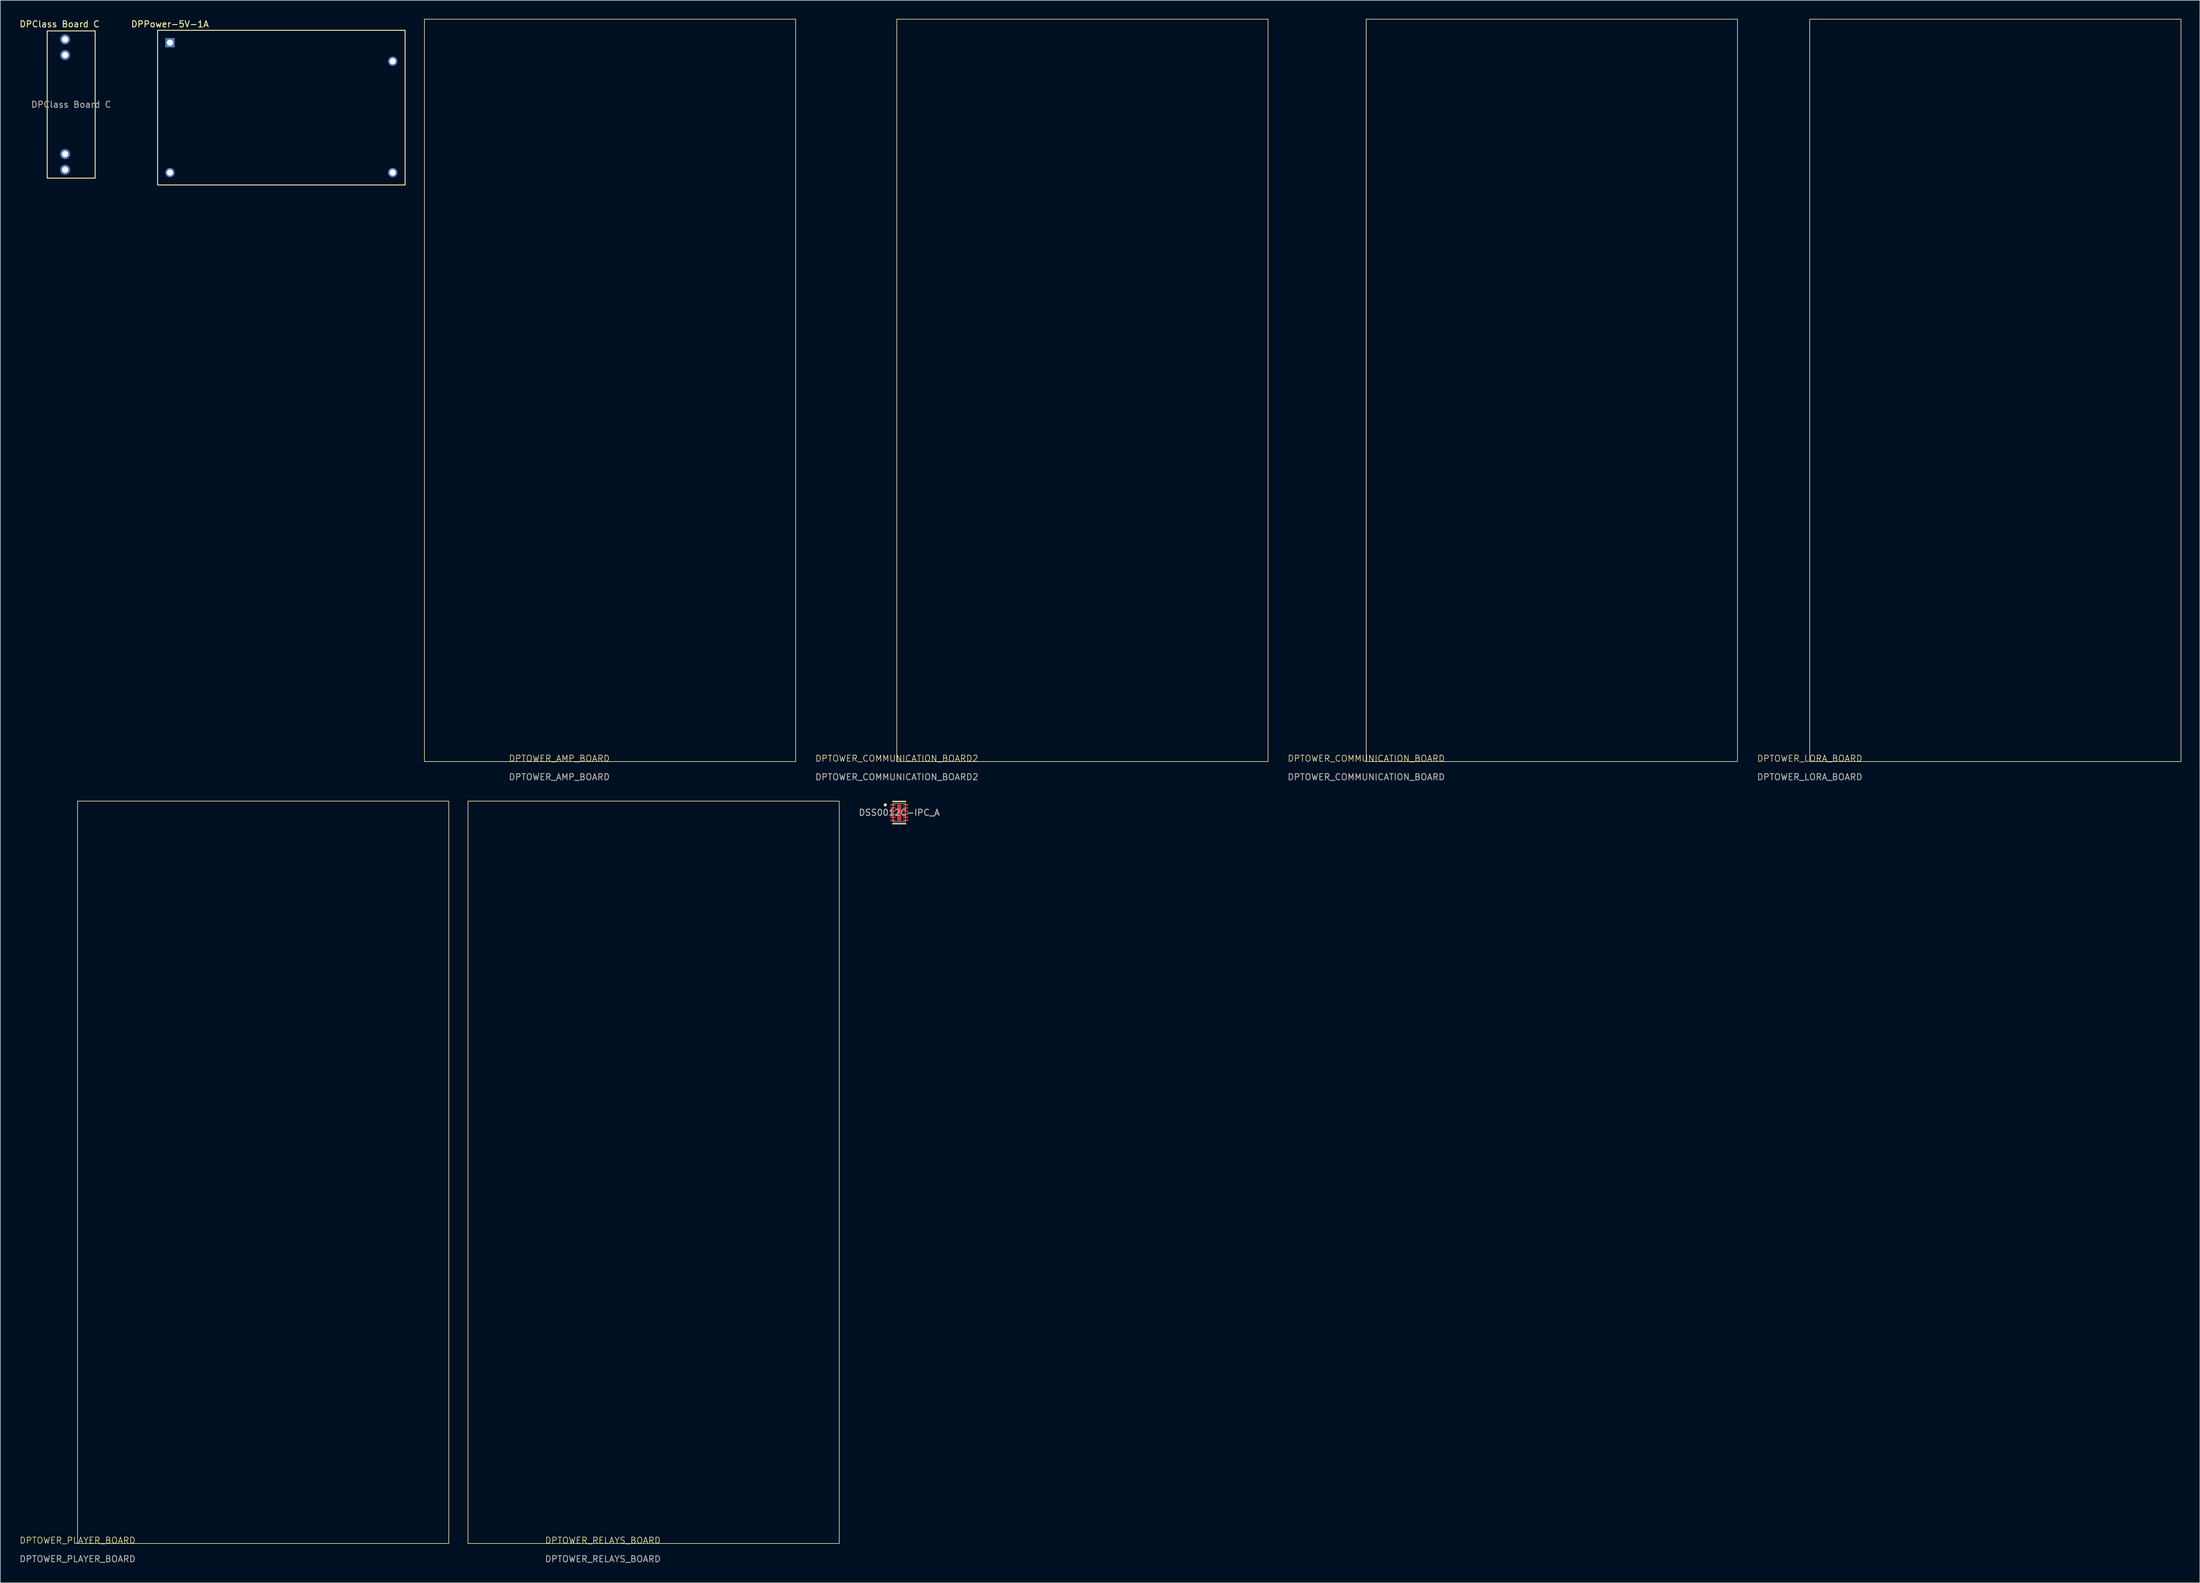
<source format=kicad_pcb>
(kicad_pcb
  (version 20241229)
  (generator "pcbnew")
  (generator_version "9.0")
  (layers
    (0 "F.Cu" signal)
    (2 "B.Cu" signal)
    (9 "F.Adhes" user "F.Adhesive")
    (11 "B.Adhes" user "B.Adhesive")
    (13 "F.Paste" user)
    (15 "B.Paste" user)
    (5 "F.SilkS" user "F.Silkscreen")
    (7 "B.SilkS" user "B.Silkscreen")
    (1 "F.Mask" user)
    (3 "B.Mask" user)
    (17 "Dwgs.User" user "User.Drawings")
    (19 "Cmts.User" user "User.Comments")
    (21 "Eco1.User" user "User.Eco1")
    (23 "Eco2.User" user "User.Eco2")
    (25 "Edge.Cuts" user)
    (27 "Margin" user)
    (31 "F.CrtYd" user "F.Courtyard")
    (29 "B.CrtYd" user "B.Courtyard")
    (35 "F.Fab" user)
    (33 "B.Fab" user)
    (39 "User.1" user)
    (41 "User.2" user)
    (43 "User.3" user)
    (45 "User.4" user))
  (footprint "DPTOWER_COMMUNICATION_BOARD2"
    (layer "F.Cu")
    (at 141.883 120.05)
    (property "Reference" "DPTOWER_COMMUNICATION_BOARD2" (at 0 -0.5 0) (unlocked yes) (layer "F.SilkS") (effects (font (size 1 1) (thickness 0.1))))
    (fp_rect (start 0 -120) (end 60 0) (stroke (width 0.1) (type default)) (fill no) (layer "F.SilkS"))
    (fp_text user "${REFERENCE}" (at 0 2.5 0) (unlocked yes) (layer "F.Fab") (effects (font (size 1 1) (thickness 0.15)))))
  (footprint "DSS0012C-IPC_A"
    (layer "F.Cu")
    (at 142.281 128.298)
    (property "Reference" "DSS0012C-IPC_A" (at 0 0 0) (unlocked yes) (layer "F.SilkS") (effects (font (size 1 1) (thickness 0.15))))
    (attr smd)
    (fp_line (start -1.05 -1.8) (end 1.05 -1.8) (stroke (width 0.2) (type solid)) (layer "F.SilkS"))
    (fp_line (start -1.05 1.8) (end 1.05 1.8) (stroke (width 0.2) (type solid)) (layer "F.SilkS"))
    (fp_circle (center -2.256 -1.25) (end -2.131 -1.25) (stroke (width 0.25) (type solid)) (fill no) (layer "F.SilkS"))
    (fp_line (start -1 -1.5) (end 1 -1.5) (stroke (width 0.1) (type solid)) (layer "F.Fab"))
    (fp_line (start -1 1.5) (end -1 -1.5) (stroke (width 0.1) (type solid)) (layer "F.Fab"))
    (fp_line (start -1 1.5) (end 1 1.5) (stroke (width 0.1) (type solid)) (layer "F.Fab"))
    (fp_line (start 1 1.5) (end 1 -1.5) (stroke (width 0.1) (type solid)) (layer "F.Fab"))
    (fp_text user "${REFERENCE}" (at 0 0 0) (unlocked yes) (layer "F.Fab") (effects (font (size 1 1) (thickness 0.15))))
    (pad "1" smd rect (at -1.026 -1.25) (size 0.861 0.242) (layers "F.Cu" "F.Mask" "F.Paste"))
    (pad "2" smd rect (at -1.026 -0.75) (size 0.861 0.242) (layers "F.Cu" "F.Mask" "F.Paste"))
    (pad "3" smd rect (at -1.026 -0.25) (size 0.861 0.242) (layers "F.Cu" "F.Mask" "F.Paste"))
    (pad "4" smd rect (at -1.026 0.25) (size 0.861 0.242) (layers "F.Cu" "F.Mask" "F.Paste"))
    (pad "5" smd rect (at -1.026 0.75) (size 0.861 0.242) (layers "F.Cu" "F.Mask" "F.Paste"))
    (pad "6" smd rect (at -1.026 1.25) (size 0.861 0.242) (layers "F.Cu" "F.Mask" "F.Paste"))
    (pad "7" smd rect (at 1.026 1.25) (size 0.861 0.242) (layers "F.Cu" "F.Mask" "F.Paste"))
    (pad "8" smd rect (at 1.026 0.75) (size 0.861 0.242) (layers "F.Cu" "F.Mask" "F.Paste"))
    (pad "9" smd rect (at 1.026 0.25) (size 0.861 0.242) (layers "F.Cu" "F.Mask" "F.Paste"))
    (pad "10" smd rect (at 1.026 -0.25) (size 0.861 0.242) (layers "F.Cu" "F.Mask" "F.Paste"))
    (pad "11" smd rect (at 1.026 -0.75) (size 0.861 0.242) (layers "F.Cu" "F.Mask" "F.Paste"))
    (pad "12" smd rect (at 1.026 -1.25) (size 0.861 0.242) (layers "F.Cu" "F.Mask" "F.Paste"))
    (pad "13" smd rect (at 0 0) (size 0.7 2.75) (layers "F.Cu" "F.Mask")))
  (footprint "DPTOWER_RELAYS_BOARD"
    (layer "F.Cu")
    (at 94.382 246.448)
    (property "Reference" "DPTOWER_RELAYS_BOARD" (at 0 -0.5 0) (unlocked yes) (layer "F.SilkS") (effects (font (size 1 1) (thickness 0.1))))
    (fp_rect (start -21.8 -120) (end 38.2 0) (stroke (width 0.1) (type default)) (fill no) (layer "F.SilkS"))
    (fp_text user "${REFERENCE}" (at 0 2.5 0) (unlocked yes) (layer "F.Fab") (effects (font (size 1 1) (thickness 0.15)))))
  (footprint "DPTOWER_LORA_BOARD"
    (layer "F.Cu")
    (at 289.424 120.05)
    (property "Reference" "DPTOWER_LORA_BOARD" (at 0 -0.5 0) (unlocked yes) (layer "F.SilkS") (effects (font (size 1 1) (thickness 0.1))))
    (fp_rect (start 0 -120) (end 60 0) (stroke (width 0.1) (type default)) (fill no) (layer "F.SilkS"))
    (fp_text user "${REFERENCE}" (at 0 2.5 0) (unlocked yes) (layer "F.Fab") (effects (font (size 1 1) (thickness 0.15)))))
  (footprint "DPClass Board C"
    (layer "F.Cu")
    (at 2.077 13.848)
    (property "Reference" "DPClass Board C" (at 4.5 -13 0) (unlocked yes) (layer "F.SilkS") (effects (font (size 1 1) (thickness 0.15))))
    (fp_rect (start 2.5 -11.9) (end 10.25 11.9) (stroke (width 0.15) (type solid)) (fill no) (layer "F.SilkS"))
    (fp_text user "${REFERENCE}" (at 6.375 0 0) (unlocked yes) (layer "F.Fab") (effects (font (size 1 1) (thickness 0.15))))
    (pad "A" thru_hole circle (at 5.4 -8) (size 1.6 1.6) (drill 1) (layers "*.Cu" "*.Mask"))
    (pad "B" thru_hole circle (at 5.4 8) (size 1.6 1.6) (drill 1) (layers "*.Cu" "*.Mask"))
    (pad "C" thru_hole circle (at 5.4 -10.54) (size 1.6 1.6) (drill 1) (layers "*.Cu" "*.Mask"))
    (pad "C" thru_hole circle (at 5.4 10.54) (size 1.6 1.6) (drill 1) (layers "*.Cu" "*.Mask")))
  (footprint "DPTOWER_COMMUNICATION_BOARD"
    (layer "F.Cu")
    (at 217.749 120.05)
    (property "Reference" "DPTOWER_COMMUNICATION_BOARD" (at 0 -0.5 0) (unlocked yes) (layer "F.SilkS") (effects (font (size 1 1) (thickness 0.1))))
    (fp_rect (start 0 -120) (end 60 0) (stroke (width 0.1) (type default)) (fill no) (layer "F.SilkS"))
    (fp_text user "${REFERENCE}" (at 0 2.5 0) (unlocked yes) (layer "F.Fab") (effects (font (size 1 1) (thickness 0.15)))))
  (footprint "DPTOWER_PLAYER_BOARD"
    (layer "F.Cu")
    (at 9.482 246.448)
    (property "Reference" "DPTOWER_PLAYER_BOARD" (at 0 -0.5 0) (unlocked yes) (layer "F.SilkS") (effects (font (size 1 1) (thickness 0.1))))
    (fp_rect (start 0 -120) (end 60 0) (stroke (width 0.1) (type default)) (fill no) (layer "F.SilkS"))
    (fp_text user "${REFERENCE}" (at 0 2.5 0) (unlocked yes) (layer "F.Fab") (effects (font (size 1 1) (thickness 0.15)))))
  (footprint "DPPower-5V-1A"
    (layer "F.Cu")
    (at 42.417 14.348)
    (property "Reference" "DPPower-5V-1A" (at -18 -13.5 0) (layer "F.SilkS") (effects (font (size 1 1) (thickness 0.15))))
    (attr through_hole)
    (fp_rect (start -20 -12.5) (end 20 12.5) (stroke (width 0.15) (type solid)) (fill no) (layer "F.SilkS"))
    (pad "1" thru_hole rect (at -18 -10.5) (size 1.5 1.5) (drill 1) (layers "*.Cu" "*.Mask"))
    (pad "2" thru_hole circle (at -18 10.5) (size 1.5 1.5) (drill 1) (layers "*.Cu" "*.Mask"))
    (pad "3" thru_hole circle (at 18 -7.5) (size 1.5 1.5) (drill 1) (layers "*.Cu" "*.Mask"))
    (pad "4" thru_hole circle (at 18 10.5) (size 1.5 1.5) (drill 1) (layers "*.Cu" "*.Mask")))
  (footprint "DPTOWER_AMP_BOARD"
    (layer "F.Cu")
    (at 87.342 120.05)
    (property "Reference" "DPTOWER_AMP_BOARD" (at 0 -0.5 0) (unlocked yes) (layer "F.SilkS") (effects (font (size 1 1) (thickness 0.1))))
    (fp_rect (start -21.8 -120) (end 38.2 0) (stroke (width 0.1) (type default)) (fill no) (layer "F.SilkS"))
    (fp_text user "${REFERENCE}" (at 0 2.5 0) (unlocked yes) (layer "F.Fab") (effects (font (size 1 1) (thickness 0.15)))))
  (gr_rect
    (start -3 -3)
    (end 352.474 252.797)
    (stroke (width 0.1) (type default))
    (fill no)
    (layer "Edge.Cuts")))
</source>
